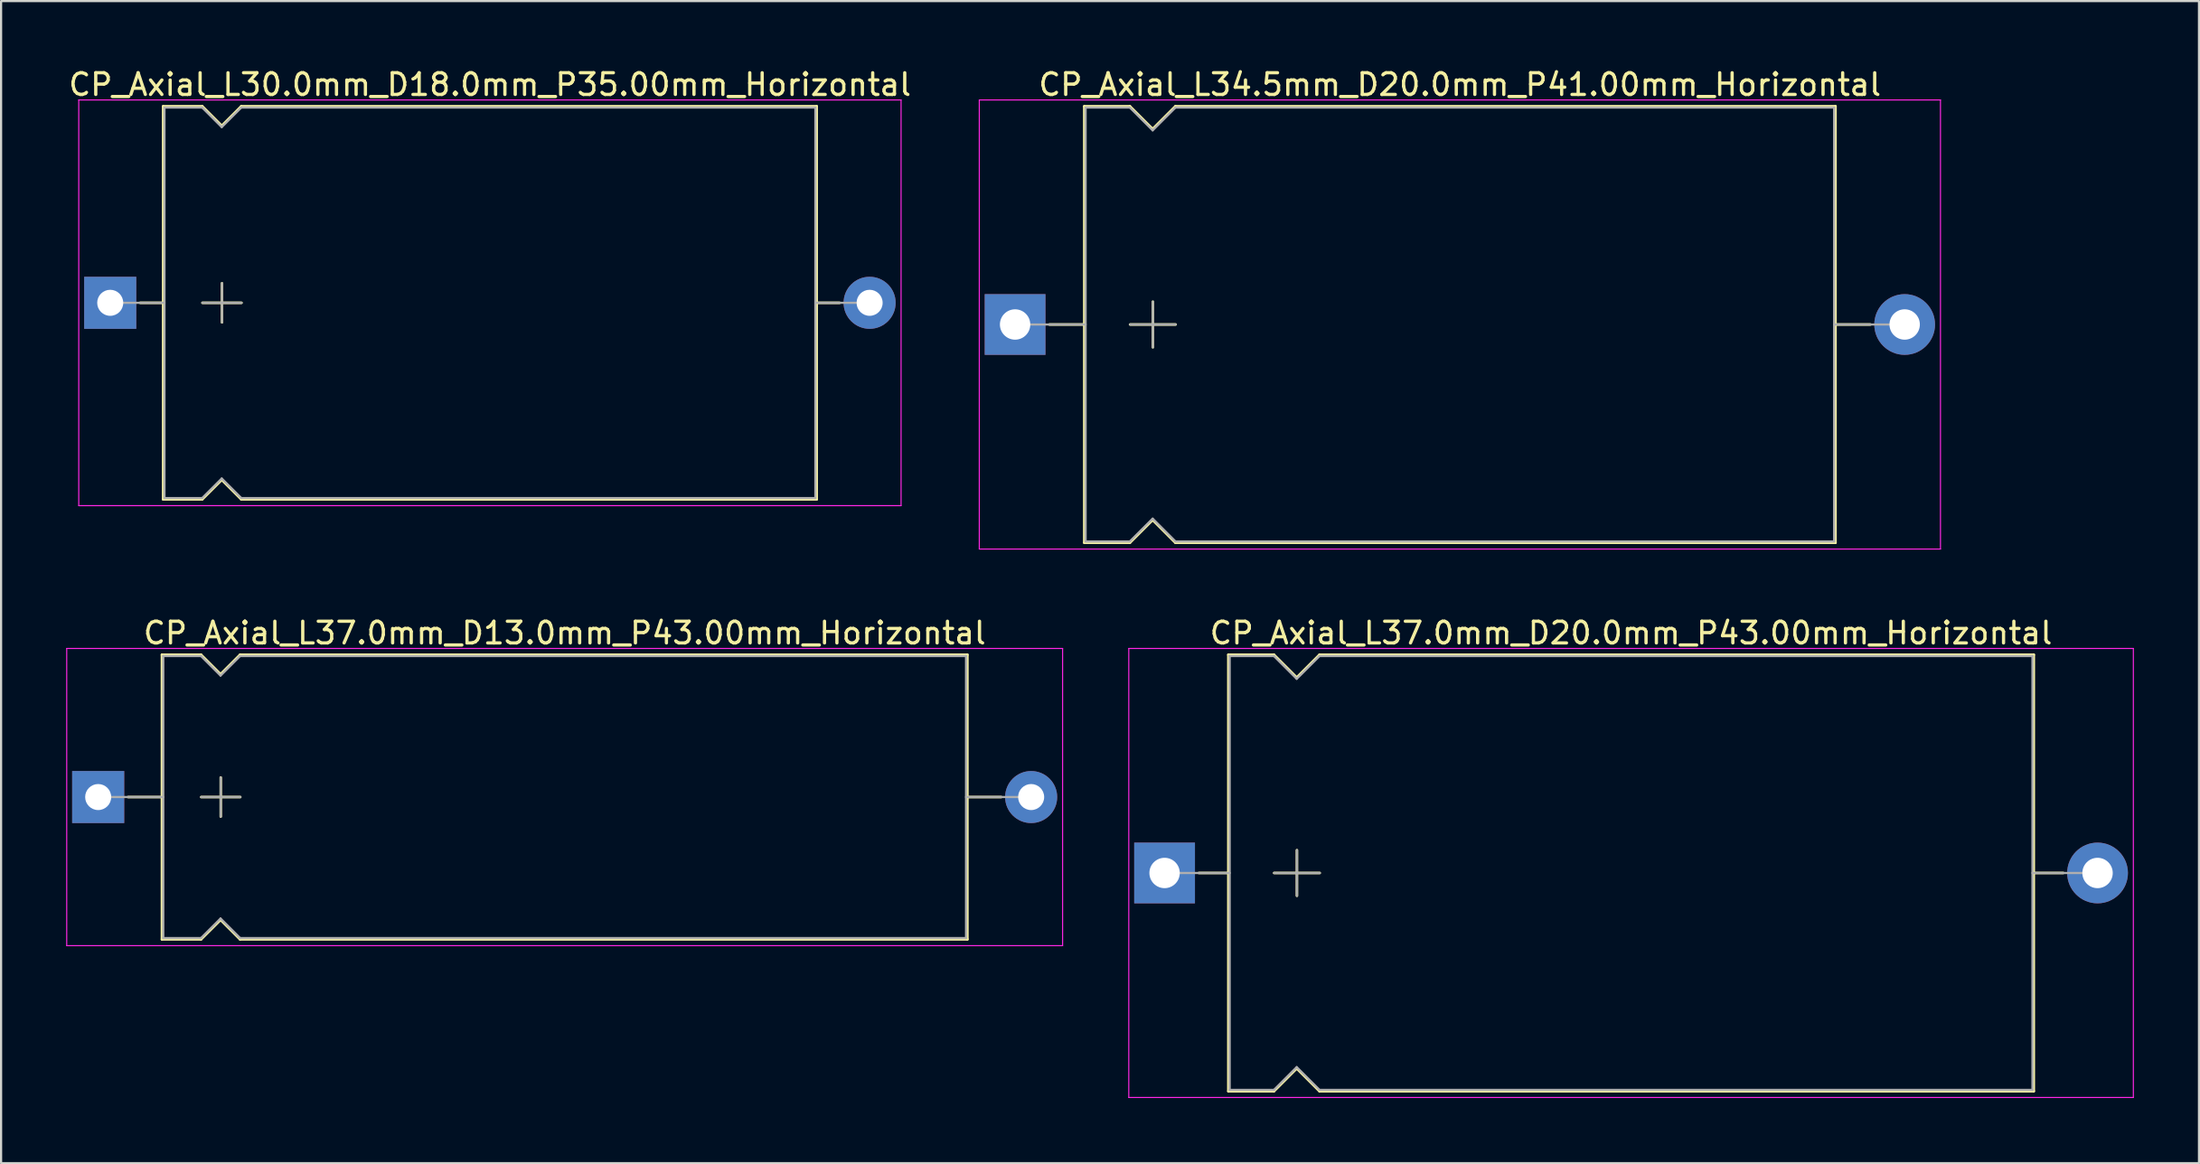
<source format=kicad_pcb>
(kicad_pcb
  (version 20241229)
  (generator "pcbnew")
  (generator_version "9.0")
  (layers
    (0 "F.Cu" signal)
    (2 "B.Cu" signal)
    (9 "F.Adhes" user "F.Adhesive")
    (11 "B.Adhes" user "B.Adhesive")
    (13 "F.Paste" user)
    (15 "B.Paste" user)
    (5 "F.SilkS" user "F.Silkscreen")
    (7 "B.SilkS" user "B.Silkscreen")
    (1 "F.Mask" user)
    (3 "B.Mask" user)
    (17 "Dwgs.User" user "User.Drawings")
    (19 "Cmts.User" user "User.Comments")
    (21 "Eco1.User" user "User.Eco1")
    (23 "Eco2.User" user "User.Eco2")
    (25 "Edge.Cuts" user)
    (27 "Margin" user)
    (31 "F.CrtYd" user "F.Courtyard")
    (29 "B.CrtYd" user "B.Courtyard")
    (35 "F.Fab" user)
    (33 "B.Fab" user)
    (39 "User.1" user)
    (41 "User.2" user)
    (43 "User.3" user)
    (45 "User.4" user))
  (footprint "CP_Axial_L37.0mm_D20.0mm_P43.00mm_Horizontal"
    (layer "F.Cu")
    (at 50.625 37.191)
    (property "Reference" "CP_Axial_L37.0mm_D20.0mm_P43.00mm_Horizontal" (at 21.5 -11.06 0) (layer "F.SilkS") (effects (font (size 1 1) (thickness 0.15))))
    (attr through_hole)
    (fp_line (start 1.58 0) (end 2.94 0) (stroke (width 0.12) (type solid)) (layer "F.SilkS"))
    (fp_line (start 2.94 -10.06) (end 2.94 10.06) (stroke (width 0.12) (type solid)) (layer "F.SilkS"))
    (fp_line (start 2.94 -10.06) (end 5.04 -10.06) (stroke (width 0.12) (type solid)) (layer "F.SilkS"))
    (fp_line (start 2.94 10.06) (end 5.04 10.06) (stroke (width 0.12) (type solid)) (layer "F.SilkS"))
    (fp_line (start 5.04 -10.06) (end 6.09 -9.01) (stroke (width 0.12) (type solid)) (layer "F.SilkS"))
    (fp_line (start 5.04 10.06) (end 6.09 9.01) (stroke (width 0.12) (type solid)) (layer "F.SilkS"))
    (fp_line (start 5.05 0) (end 7.15 0) (stroke (width 0.12) (type solid)) (layer "F.SilkS"))
    (fp_line (start 6.09 -9.01) (end 7.14 -10.06) (stroke (width 0.12) (type solid)) (layer "F.SilkS"))
    (fp_line (start 6.09 9.01) (end 7.14 10.06) (stroke (width 0.12) (type solid)) (layer "F.SilkS"))
    (fp_line (start 6.1 -1.05) (end 6.1 1.05) (stroke (width 0.12) (type solid)) (layer "F.SilkS"))
    (fp_line (start 7.14 -10.06) (end 40.06 -10.06) (stroke (width 0.12) (type solid)) (layer "F.SilkS"))
    (fp_line (start 7.14 10.06) (end 40.06 10.06) (stroke (width 0.12) (type solid)) (layer "F.SilkS"))
    (fp_line (start 40.06 -10.06) (end 40.06 10.06) (stroke (width 0.12) (type solid)) (layer "F.SilkS"))
    (fp_line (start 41.42 0) (end 40.06 0) (stroke (width 0.12) (type solid)) (layer "F.SilkS"))
    (fp_line (start -1.65 -10.35) (end -1.65 10.35) (stroke (width 0.05) (type solid)) (layer "F.CrtYd"))
    (fp_line (start -1.65 10.35) (end 44.65 10.35) (stroke (width 0.05) (type solid)) (layer "F.CrtYd"))
    (fp_line (start 44.65 -10.35) (end -1.65 -10.35) (stroke (width 0.05) (type solid)) (layer "F.CrtYd"))
    (fp_line (start 44.65 10.35) (end 44.65 -10.35) (stroke (width 0.05) (type solid)) (layer "F.CrtYd"))
    (fp_line (start 0 0) (end 3 0) (stroke (width 0.1) (type solid)) (layer "F.Fab"))
    (fp_line (start 3 -10) (end 3 10) (stroke (width 0.1) (type solid)) (layer "F.Fab"))
    (fp_line (start 3 -10) (end 5.04 -10) (stroke (width 0.1) (type solid)) (layer "F.Fab"))
    (fp_line (start 3 10) (end 5.04 10) (stroke (width 0.1) (type solid)) (layer "F.Fab"))
    (fp_line (start 5.04 -10) (end 6.09 -8.95) (stroke (width 0.1) (type solid)) (layer "F.Fab"))
    (fp_line (start 5.04 10) (end 6.09 8.95) (stroke (width 0.1) (type solid)) (layer "F.Fab"))
    (fp_line (start 5.05 0) (end 7.15 0) (stroke (width 0.1) (type solid)) (layer "F.Fab"))
    (fp_line (start 6.09 -8.95) (end 7.14 -10) (stroke (width 0.1) (type solid)) (layer "F.Fab"))
    (fp_line (start 6.09 8.95) (end 7.14 10) (stroke (width 0.1) (type solid)) (layer "F.Fab"))
    (fp_line (start 6.1 -1.05) (end 6.1 1.05) (stroke (width 0.1) (type solid)) (layer "F.Fab"))
    (fp_line (start 7.14 -10) (end 40 -10) (stroke (width 0.1) (type solid)) (layer "F.Fab"))
    (fp_line (start 7.14 10) (end 40 10) (stroke (width 0.1) (type solid)) (layer "F.Fab"))
    (fp_line (start 40 -10) (end 40 10) (stroke (width 0.1) (type solid)) (layer "F.Fab"))
    (fp_line (start 43 0) (end 40 0) (stroke (width 0.1) (type solid)) (layer "F.Fab"))
    (pad "1" thru_hole rect (at 0 0) (size 2.8 2.8) (drill 1.4) (layers "*.Cu" "*.Mask"))
    (pad "2" thru_hole oval (at 43 0) (size 2.8 2.8) (drill 1.4) (layers "*.Cu" "*.Mask")))
  (footprint "CP_Axial_L34.5mm_D20.0mm_P41.00mm_Horizontal"
    (layer "F.Cu")
    (at 43.735 11.908)
    (property "Reference" "CP_Axial_L34.5mm_D20.0mm_P41.00mm_Horizontal" (at 20.5 -11.06 0) (layer "F.SilkS") (effects (font (size 1 1) (thickness 0.15))))
    (attr through_hole)
    (fp_line (start 1.58 0) (end 3.19 0) (stroke (width 0.12) (type solid)) (layer "F.SilkS"))
    (fp_line (start 3.19 -10.06) (end 3.19 10.06) (stroke (width 0.12) (type solid)) (layer "F.SilkS"))
    (fp_line (start 3.19 -10.06) (end 5.29 -10.06) (stroke (width 0.12) (type solid)) (layer "F.SilkS"))
    (fp_line (start 3.19 10.06) (end 5.29 10.06) (stroke (width 0.12) (type solid)) (layer "F.SilkS"))
    (fp_line (start 5.29 -10.06) (end 6.34 -9.01) (stroke (width 0.12) (type solid)) (layer "F.SilkS"))
    (fp_line (start 5.29 10.06) (end 6.34 9.01) (stroke (width 0.12) (type solid)) (layer "F.SilkS"))
    (fp_line (start 5.3 0) (end 7.4 0) (stroke (width 0.12) (type solid)) (layer "F.SilkS"))
    (fp_line (start 6.34 -9.01) (end 7.39 -10.06) (stroke (width 0.12) (type solid)) (layer "F.SilkS"))
    (fp_line (start 6.34 9.01) (end 7.39 10.06) (stroke (width 0.12) (type solid)) (layer "F.SilkS"))
    (fp_line (start 6.35 -1.05) (end 6.35 1.05) (stroke (width 0.12) (type solid)) (layer "F.SilkS"))
    (fp_line (start 7.39 -10.06) (end 37.81 -10.06) (stroke (width 0.12) (type solid)) (layer "F.SilkS"))
    (fp_line (start 7.39 10.06) (end 37.81 10.06) (stroke (width 0.12) (type solid)) (layer "F.SilkS"))
    (fp_line (start 37.81 -10.06) (end 37.81 10.06) (stroke (width 0.12) (type solid)) (layer "F.SilkS"))
    (fp_line (start 39.42 0) (end 37.81 0) (stroke (width 0.12) (type solid)) (layer "F.SilkS"))
    (fp_line (start -1.65 -10.35) (end -1.65 10.35) (stroke (width 0.05) (type solid)) (layer "F.CrtYd"))
    (fp_line (start -1.65 10.35) (end 42.65 10.35) (stroke (width 0.05) (type solid)) (layer "F.CrtYd"))
    (fp_line (start 42.65 -10.35) (end -1.65 -10.35) (stroke (width 0.05) (type solid)) (layer "F.CrtYd"))
    (fp_line (start 42.65 10.35) (end 42.65 -10.35) (stroke (width 0.05) (type solid)) (layer "F.CrtYd"))
    (fp_line (start 0 0) (end 3.25 0) (stroke (width 0.1) (type solid)) (layer "F.Fab"))
    (fp_line (start 3.25 -10) (end 3.25 10) (stroke (width 0.1) (type solid)) (layer "F.Fab"))
    (fp_line (start 3.25 -10) (end 5.29 -10) (stroke (width 0.1) (type solid)) (layer "F.Fab"))
    (fp_line (start 3.25 10) (end 5.29 10) (stroke (width 0.1) (type solid)) (layer "F.Fab"))
    (fp_line (start 5.29 -10) (end 6.34 -8.95) (stroke (width 0.1) (type solid)) (layer "F.Fab"))
    (fp_line (start 5.29 10) (end 6.34 8.95) (stroke (width 0.1) (type solid)) (layer "F.Fab"))
    (fp_line (start 5.3 0) (end 7.4 0) (stroke (width 0.1) (type solid)) (layer "F.Fab"))
    (fp_line (start 6.34 -8.95) (end 7.39 -10) (stroke (width 0.1) (type solid)) (layer "F.Fab"))
    (fp_line (start 6.34 8.95) (end 7.39 10) (stroke (width 0.1) (type solid)) (layer "F.Fab"))
    (fp_line (start 6.35 -1.05) (end 6.35 1.05) (stroke (width 0.1) (type solid)) (layer "F.Fab"))
    (fp_line (start 7.39 -10) (end 37.75 -10) (stroke (width 0.1) (type solid)) (layer "F.Fab"))
    (fp_line (start 7.39 10) (end 37.75 10) (stroke (width 0.1) (type solid)) (layer "F.Fab"))
    (fp_line (start 37.75 -10) (end 37.75 10) (stroke (width 0.1) (type solid)) (layer "F.Fab"))
    (fp_line (start 41 0) (end 37.75 0) (stroke (width 0.1) (type solid)) (layer "F.Fab"))
    (pad "1" thru_hole rect (at 0 0) (size 2.8 2.8) (drill 1.4) (layers "*.Cu" "*.Mask"))
    (pad "2" thru_hole oval (at 41 0) (size 2.8 2.8) (drill 1.4) (layers "*.Cu" "*.Mask")))
  (footprint "CP_Axial_L37.0mm_D13.0mm_P43.00mm_Horizontal"
    (layer "F.Cu")
    (at 1.475 33.691)
    (property "Reference" "CP_Axial_L37.0mm_D13.0mm_P43.00mm_Horizontal" (at 21.5 -7.56 0) (layer "F.SilkS") (effects (font (size 1 1) (thickness 0.15))))
    (attr through_hole)
    (fp_line (start 1.38 0) (end 2.94 0) (stroke (width 0.12) (type solid)) (layer "F.SilkS"))
    (fp_line (start 2.94 -6.56) (end 2.94 6.56) (stroke (width 0.12) (type solid)) (layer "F.SilkS"))
    (fp_line (start 2.94 -6.56) (end 4.74 -6.56) (stroke (width 0.12) (type solid)) (layer "F.SilkS"))
    (fp_line (start 2.94 6.56) (end 4.74 6.56) (stroke (width 0.12) (type solid)) (layer "F.SilkS"))
    (fp_line (start 4.74 -6.56) (end 5.64 -5.66) (stroke (width 0.12) (type solid)) (layer "F.SilkS"))
    (fp_line (start 4.74 6.56) (end 5.64 5.66) (stroke (width 0.12) (type solid)) (layer "F.SilkS"))
    (fp_line (start 4.75 0) (end 6.55 0) (stroke (width 0.12) (type solid)) (layer "F.SilkS"))
    (fp_line (start 5.64 -5.66) (end 6.54 -6.56) (stroke (width 0.12) (type solid)) (layer "F.SilkS"))
    (fp_line (start 5.64 5.66) (end 6.54 6.56) (stroke (width 0.12) (type solid)) (layer "F.SilkS"))
    (fp_line (start 5.65 -0.9) (end 5.65 0.9) (stroke (width 0.12) (type solid)) (layer "F.SilkS"))
    (fp_line (start 6.54 -6.56) (end 40.06 -6.56) (stroke (width 0.12) (type solid)) (layer "F.SilkS"))
    (fp_line (start 6.54 6.56) (end 40.06 6.56) (stroke (width 0.12) (type solid)) (layer "F.SilkS"))
    (fp_line (start 40.06 -6.56) (end 40.06 6.56) (stroke (width 0.12) (type solid)) (layer "F.SilkS"))
    (fp_line (start 41.62 0) (end 40.06 0) (stroke (width 0.12) (type solid)) (layer "F.SilkS"))
    (fp_line (start -1.45 -6.85) (end -1.45 6.85) (stroke (width 0.05) (type solid)) (layer "F.CrtYd"))
    (fp_line (start -1.45 6.85) (end 44.45 6.85) (stroke (width 0.05) (type solid)) (layer "F.CrtYd"))
    (fp_line (start 44.45 -6.85) (end -1.45 -6.85) (stroke (width 0.05) (type solid)) (layer "F.CrtYd"))
    (fp_line (start 44.45 6.85) (end 44.45 -6.85) (stroke (width 0.05) (type solid)) (layer "F.CrtYd"))
    (fp_line (start 0 0) (end 3 0) (stroke (width 0.1) (type solid)) (layer "F.Fab"))
    (fp_line (start 3 -6.5) (end 3 6.5) (stroke (width 0.1) (type solid)) (layer "F.Fab"))
    (fp_line (start 3 -6.5) (end 4.74 -6.5) (stroke (width 0.1) (type solid)) (layer "F.Fab"))
    (fp_line (start 3 6.5) (end 4.74 6.5) (stroke (width 0.1) (type solid)) (layer "F.Fab"))
    (fp_line (start 4.74 -6.5) (end 5.64 -5.6) (stroke (width 0.1) (type solid)) (layer "F.Fab"))
    (fp_line (start 4.74 6.5) (end 5.64 5.6) (stroke (width 0.1) (type solid)) (layer "F.Fab"))
    (fp_line (start 4.75 0) (end 6.55 0) (stroke (width 0.1) (type solid)) (layer "F.Fab"))
    (fp_line (start 5.64 -5.6) (end 6.54 -6.5) (stroke (width 0.1) (type solid)) (layer "F.Fab"))
    (fp_line (start 5.64 5.6) (end 6.54 6.5) (stroke (width 0.1) (type solid)) (layer "F.Fab"))
    (fp_line (start 5.65 -0.9) (end 5.65 0.9) (stroke (width 0.1) (type solid)) (layer "F.Fab"))
    (fp_line (start 6.54 -6.5) (end 40 -6.5) (stroke (width 0.1) (type solid)) (layer "F.Fab"))
    (fp_line (start 6.54 6.5) (end 40 6.5) (stroke (width 0.1) (type solid)) (layer "F.Fab"))
    (fp_line (start 40 -6.5) (end 40 6.5) (stroke (width 0.1) (type solid)) (layer "F.Fab"))
    (fp_line (start 43 0) (end 40 0) (stroke (width 0.1) (type solid)) (layer "F.Fab"))
    (pad "1" thru_hole rect (at 0 0) (size 2.4 2.4) (drill 1.2) (layers "*.Cu" "*.Mask"))
    (pad "2" thru_hole oval (at 43 0) (size 2.4 2.4) (drill 1.2) (layers "*.Cu" "*.Mask")))
  (footprint "CP_Axial_L30.0mm_D18.0mm_P35.00mm_Horizontal"
    (layer "F.Cu")
    (at 2.03 10.908)
    (property "Reference" "CP_Axial_L30.0mm_D18.0mm_P35.00mm_Horizontal" (at 17.5 -10.06 0) (layer "F.SilkS") (effects (font (size 1 1) (thickness 0.15))))
    (attr through_hole)
    (fp_line (start 1.38 0) (end 2.44 0) (stroke (width 0.12) (type solid)) (layer "F.SilkS"))
    (fp_line (start 2.44 -9.06) (end 2.44 9.06) (stroke (width 0.12) (type solid)) (layer "F.SilkS"))
    (fp_line (start 2.44 -9.06) (end 4.24 -9.06) (stroke (width 0.12) (type solid)) (layer "F.SilkS"))
    (fp_line (start 2.44 9.06) (end 4.24 9.06) (stroke (width 0.12) (type solid)) (layer "F.SilkS"))
    (fp_line (start 4.24 -9.06) (end 5.14 -8.16) (stroke (width 0.12) (type solid)) (layer "F.SilkS"))
    (fp_line (start 4.24 9.06) (end 5.14 8.16) (stroke (width 0.12) (type solid)) (layer "F.SilkS"))
    (fp_line (start 4.25 0) (end 6.05 0) (stroke (width 0.12) (type solid)) (layer "F.SilkS"))
    (fp_line (start 5.14 -8.16) (end 6.04 -9.06) (stroke (width 0.12) (type solid)) (layer "F.SilkS"))
    (fp_line (start 5.14 8.16) (end 6.04 9.06) (stroke (width 0.12) (type solid)) (layer "F.SilkS"))
    (fp_line (start 5.15 -0.9) (end 5.15 0.9) (stroke (width 0.12) (type solid)) (layer "F.SilkS"))
    (fp_line (start 6.04 -9.06) (end 32.56 -9.06) (stroke (width 0.12) (type solid)) (layer "F.SilkS"))
    (fp_line (start 6.04 9.06) (end 32.56 9.06) (stroke (width 0.12) (type solid)) (layer "F.SilkS"))
    (fp_line (start 32.56 -9.06) (end 32.56 9.06) (stroke (width 0.12) (type solid)) (layer "F.SilkS"))
    (fp_line (start 33.62 0) (end 32.56 0) (stroke (width 0.12) (type solid)) (layer "F.SilkS"))
    (fp_line (start -1.45 -9.35) (end -1.45 9.35) (stroke (width 0.05) (type solid)) (layer "F.CrtYd"))
    (fp_line (start -1.45 9.35) (end 36.45 9.35) (stroke (width 0.05) (type solid)) (layer "F.CrtYd"))
    (fp_line (start 36.45 -9.35) (end -1.45 -9.35) (stroke (width 0.05) (type solid)) (layer "F.CrtYd"))
    (fp_line (start 36.45 9.35) (end 36.45 -9.35) (stroke (width 0.05) (type solid)) (layer "F.CrtYd"))
    (fp_line (start 0 0) (end 2.5 0) (stroke (width 0.1) (type solid)) (layer "F.Fab"))
    (fp_line (start 2.5 -9) (end 2.5 9) (stroke (width 0.1) (type solid)) (layer "F.Fab"))
    (fp_line (start 2.5 -9) (end 4.24 -9) (stroke (width 0.1) (type solid)) (layer "F.Fab"))
    (fp_line (start 2.5 9) (end 4.24 9) (stroke (width 0.1) (type solid)) (layer "F.Fab"))
    (fp_line (start 4.24 -9) (end 5.14 -8.1) (stroke (width 0.1) (type solid)) (layer "F.Fab"))
    (fp_line (start 4.24 9) (end 5.14 8.1) (stroke (width 0.1) (type solid)) (layer "F.Fab"))
    (fp_line (start 4.25 0) (end 6.05 0) (stroke (width 0.1) (type solid)) (layer "F.Fab"))
    (fp_line (start 5.14 -8.1) (end 6.04 -9) (stroke (width 0.1) (type solid)) (layer "F.Fab"))
    (fp_line (start 5.14 8.1) (end 6.04 9) (stroke (width 0.1) (type solid)) (layer "F.Fab"))
    (fp_line (start 5.15 -0.9) (end 5.15 0.9) (stroke (width 0.1) (type solid)) (layer "F.Fab"))
    (fp_line (start 6.04 -9) (end 32.5 -9) (stroke (width 0.1) (type solid)) (layer "F.Fab"))
    (fp_line (start 6.04 9) (end 32.5 9) (stroke (width 0.1) (type solid)) (layer "F.Fab"))
    (fp_line (start 32.5 -9) (end 32.5 9) (stroke (width 0.1) (type solid)) (layer "F.Fab"))
    (fp_line (start 35 0) (end 32.5 0) (stroke (width 0.1) (type solid)) (layer "F.Fab"))
    (pad "1" thru_hole rect (at 0 0) (size 2.4 2.4) (drill 1.2) (layers "*.Cu" "*.Mask"))
    (pad "2" thru_hole oval (at 35 0) (size 2.4 2.4) (drill 1.2) (layers "*.Cu" "*.Mask")))
  (gr_rect
    (start -3 -3)
    (end 98.3 50.566)
    (stroke (width 0.1) (type default))
    (fill no)
    (layer "Edge.Cuts")))
</source>
